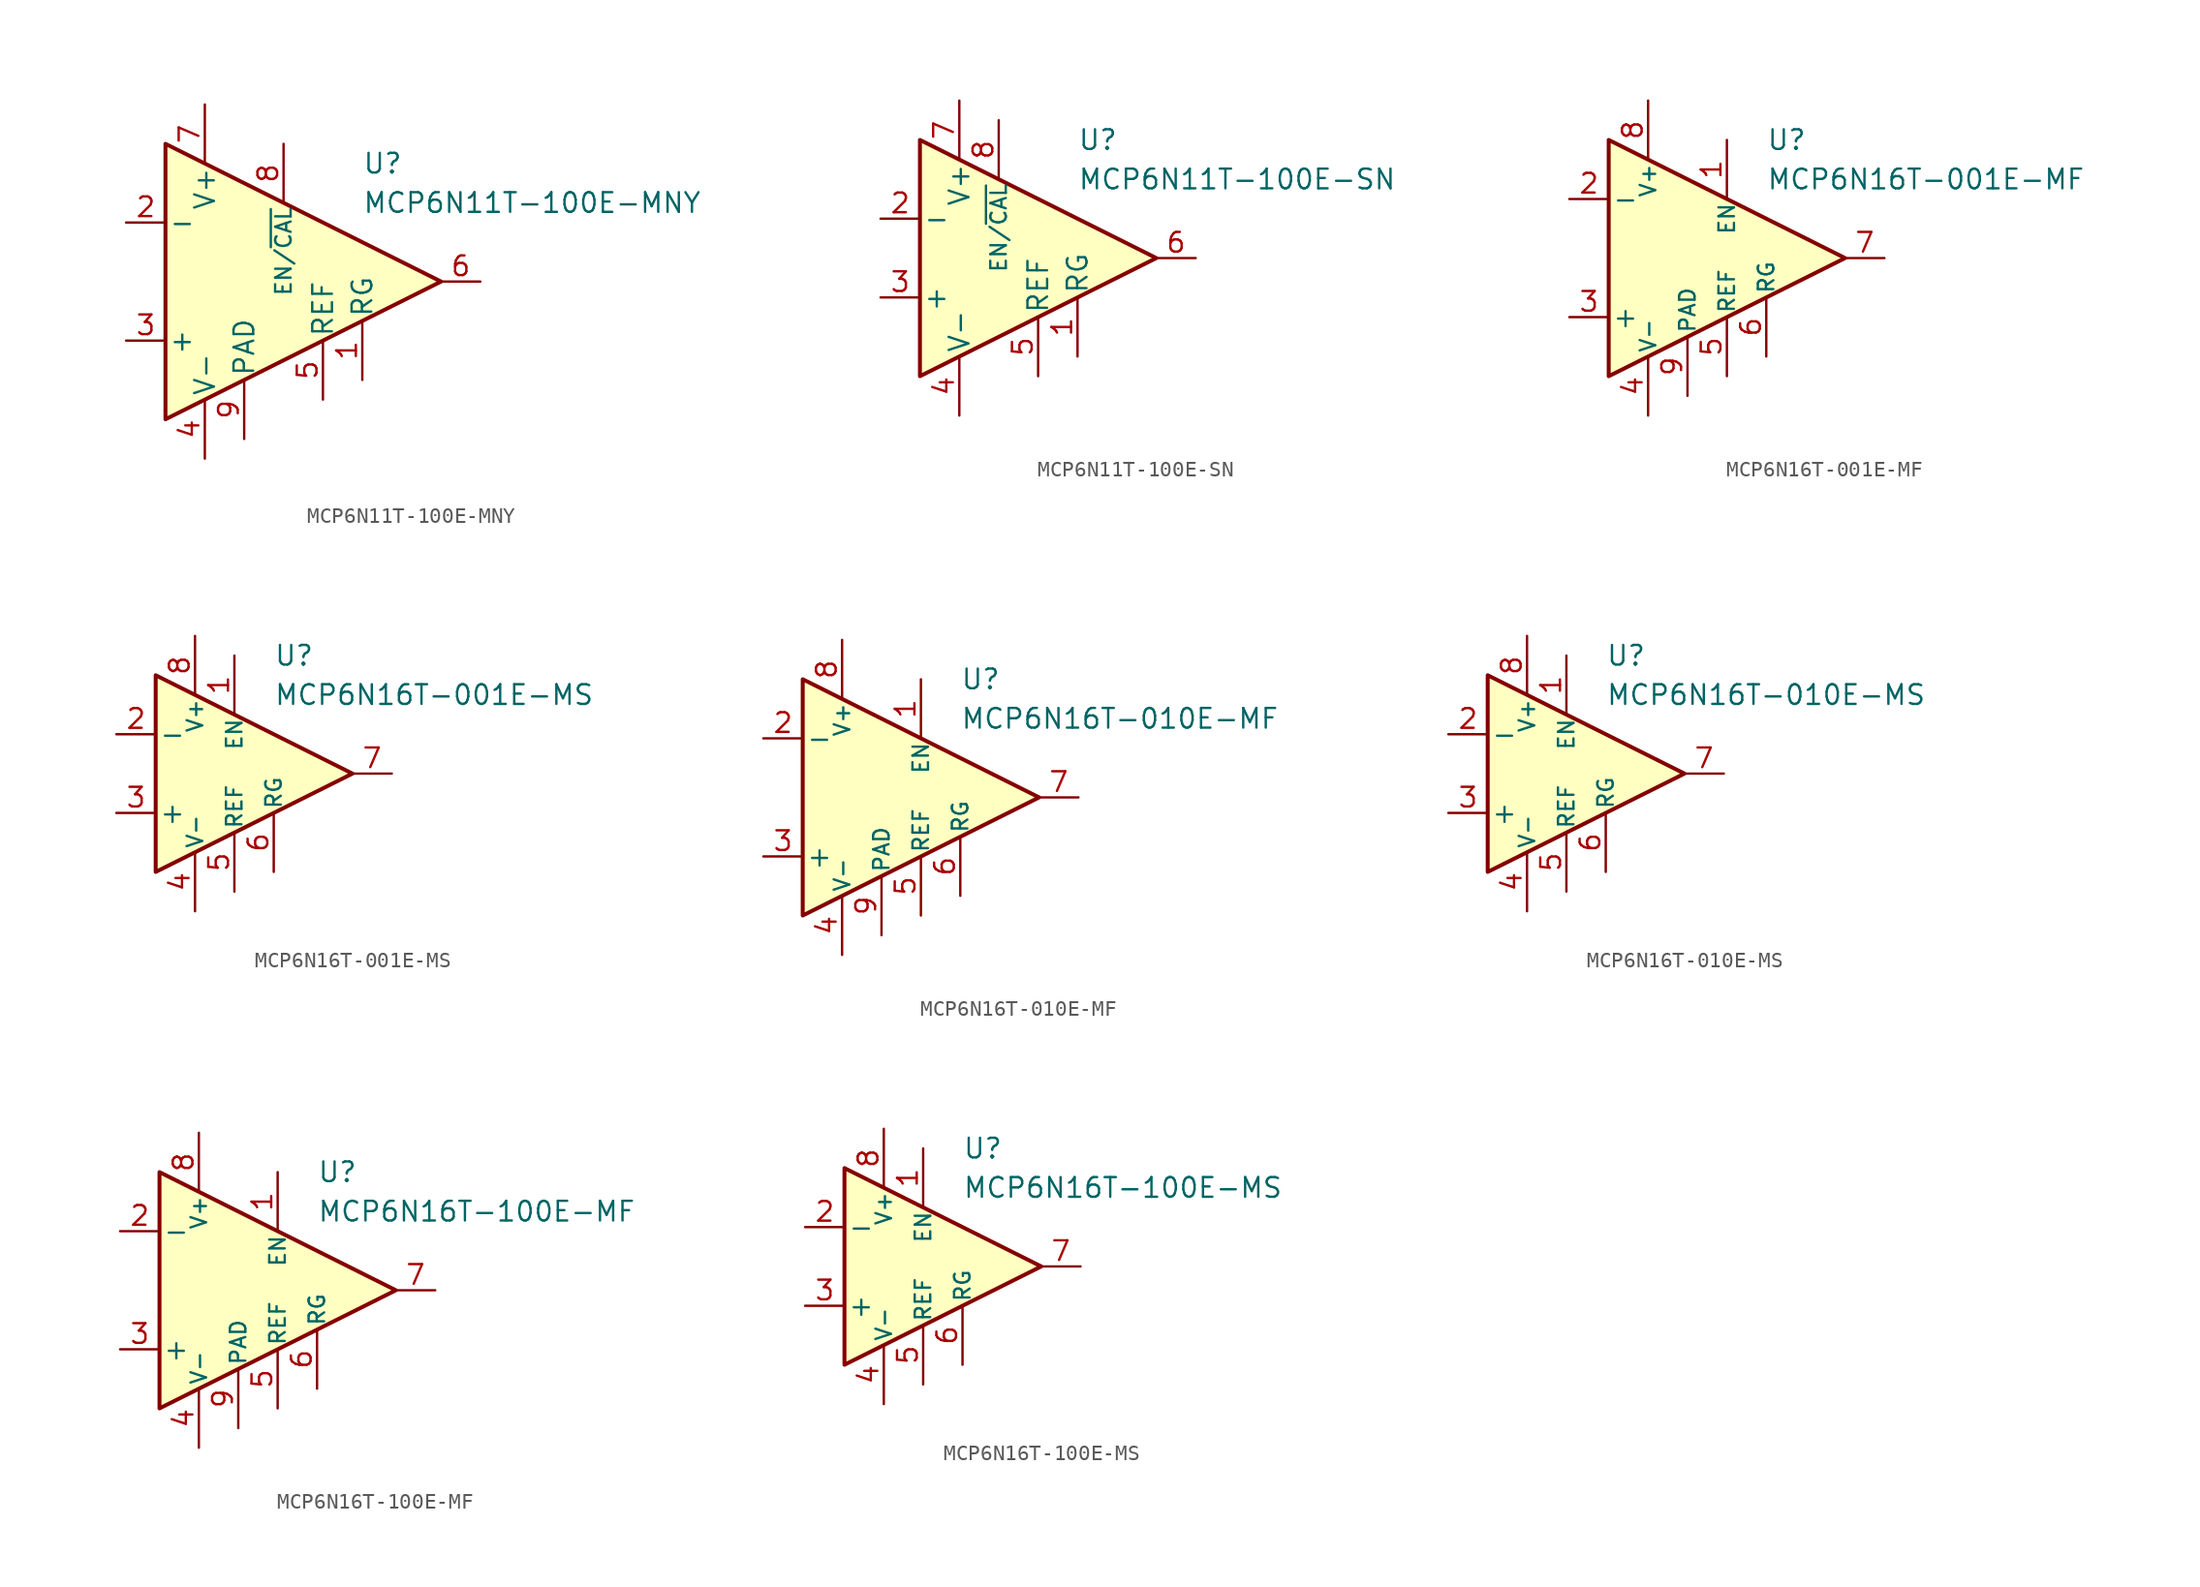
<source format=kicad_sym>
(kicad_symbol_lib
  (version 20231120)
  (generator "kicad_symbol_editor")
  (generator_version "8.0")
  (symbol "MCP6N11T-100E-MNY"
    (pin_names
      (offset 0.2))
    (property "Reference" "U"
      (at 6.35 7.62 0)
      (effects (font (size 1.27 1.27)) (justify left)))
    (property "Value" "MCP6N11T-100E-MNY"
      (at 6.35 5.08 0)
      (effects (font (size 1.27 1.27)) (justify left)))
    (symbol "MCP6N11T-100E-MNY_0_1"
      (polyline (pts (xy -6.35 8.89) (xy -6.35 -8.89) (xy 11.43 0) (xy -6.35 8.89)) (stroke (width 0.254) (type default)) (fill (type background))))
    (symbol "MCP6N11T-100E-MNY_1_1"
      (pin passive line (at 6.35 -6.35 90) (length 3.81) (name "RG" (effects (font (size 1.27 1.27)))) (number "1" (effects (font (size 1.27 1.27)))))
      (pin input line (at -8.89 3.81 0) (length 2.54) (name "-" (effects (font (size 1.27 1.27)))) (number "2" (effects (font (size 1.27 1.27)))))
      (pin input line (at -8.89 -3.81 0) (length 2.54) (name "+" (effects (font (size 1.27 1.27)))) (number "3" (effects (font (size 1.27 1.27)))))
      (pin power_in line (at -3.81 -11.43 90) (length 3.81) (name "V-" (effects (font (size 1.27 1.27)))) (number "4" (effects (font (size 1.27 1.27)))))
      (pin input line (at 3.81 -7.62 90) (length 3.81) (name "REF" (effects (font (size 1.27 1.27)))) (number "5" (effects (font (size 1.27 1.27)))))
      (pin output line (at 13.97 0 180) (length 2.54) (name "~" (effects (font (size 1.27 1.27)))) (number "6" (effects (font (size 1.27 1.27)))))
      (pin power_in line (at -3.81 11.43 270) (length 3.81) (name "V+" (effects (font (size 1.27 1.27)))) (number "7" (effects (font (size 1.27 1.27)))))
      (pin input line (at 1.27 8.89 270) (length 3.81) (name "EN/~{CAL}" (effects (font (size 1 1)))) (number "8" (effects (font (size 1.27 1.27)))))
      (pin power_in line (at -1.27 -10.16 90) (length 3.81) (name "PAD" (effects (font (size 1.27 1.27)))) (number "9" (effects (font (size 1.27 1.27)))))))
  (symbol "MCP6N11T-100E-SN"
    (pin_names
      (offset 0.2))
    (property "Reference" "U"
      (at 3.81 7.62 0)
      (effects (font (size 1.27 1.27)) (justify left)))
    (property "Value" "MCP6N11T-100E-SN"
      (at 3.81 5.08 0)
      (effects (font (size 1.27 1.27)) (justify left)))
    (symbol "MCP6N11T-100E-SN_0_1"
      (polyline (pts (xy -6.35 7.62) (xy -6.35 -7.62) (xy 8.89 0) (xy -6.35 7.62)) (stroke (width 0.254) (type default)) (fill (type background))))
    (symbol "MCP6N11T-100E-SN_1_1"
      (pin passive line (at 3.81 -6.35 90) (length 3.81) (name "RG" (effects (font (size 1.27 1.27)))) (number "1" (effects (font (size 1.27 1.27)))))
      (pin input line (at -8.89 2.54 0) (length 2.54) (name "-" (effects (font (size 1.27 1.27)))) (number "2" (effects (font (size 1.27 1.27)))))
      (pin input line (at -8.89 -2.54 0) (length 2.54) (name "+" (effects (font (size 1.27 1.27)))) (number "3" (effects (font (size 1.27 1.27)))))
      (pin power_in line (at -3.81 -10.16 90) (length 3.81) (name "V-" (effects (font (size 1.27 1.27)))) (number "4" (effects (font (size 1.27 1.27)))))
      (pin input line (at 1.27 -7.62 90) (length 3.81) (name "REF" (effects (font (size 1.27 1.27)))) (number "5" (effects (font (size 1.27 1.27)))))
      (pin output line (at 11.43 0 180) (length 2.54) (name "~" (effects (font (size 1.27 1.27)))) (number "6" (effects (font (size 1.27 1.27)))))
      (pin power_in line (at -3.81 10.16 270) (length 3.81) (name "V+" (effects (font (size 1.27 1.27)))) (number "7" (effects (font (size 1.27 1.27)))))
      (pin input line (at -1.27 8.89 270) (length 3.81) (name "EN/~{CAL}" (effects (font (size 1 1)))) (number "8" (effects (font (size 1.27 1.27)))))))
  (symbol "MCP6N16T-001E-MF"
    (pin_names
      (offset 0.2))
    (property "Reference" "U"
      (at 3.81 7.62 0)
      (effects (font (size 1.27 1.27)) (justify left)))
    (property "Value" "MCP6N16T-001E-MF"
      (at 3.81 5.08 0)
      (effects (font (size 1.27 1.27)) (justify left)))
    (symbol "MCP6N16T-001E-MF_0_1"
      (polyline (pts (xy -6.35 7.62) (xy -6.35 -7.62) (xy 8.89 0) (xy -6.35 7.62)) (stroke (width 0.254) (type default)) (fill (type background))))
    (symbol "MCP6N16T-001E-MF_1_1"
      (pin input line (at 1.27 7.62 270) (length 3.81) (name "EN" (effects (font (size 1 1)))) (number "1" (effects (font (size 1.27 1.27)))))
      (pin input line (at -8.89 3.81 0) (length 2.54) (name "-" (effects (font (size 1.27 1.27)))) (number "2" (effects (font (size 1.27 1.27)))))
      (pin input line (at -8.89 -3.81 0) (length 2.54) (name "+" (effects (font (size 1.27 1.27)))) (number "3" (effects (font (size 1.27 1.27)))))
      (pin power_in line (at -3.81 -10.16 90) (length 3.81) (name "V-" (effects (font (size 1 1)))) (number "4" (effects (font (size 1.27 1.27)))))
      (pin input line (at 1.27 -7.62 90) (length 3.81) (name "REF" (effects (font (size 1 1)))) (number "5" (effects (font (size 1.27 1.27)))))
      (pin passive line (at 3.81 -6.35 90) (length 3.81) (name "RG" (effects (font (size 1 1)))) (number "6" (effects (font (size 1.27 1.27)))))
      (pin output line (at 11.43 0 180) (length 2.54) (name "~" (effects (font (size 1.27 1.27)))) (number "7" (effects (font (size 1.27 1.27)))))
      (pin power_in line (at -3.81 10.16 270) (length 3.81) (name "V+" (effects (font (size 1 1)))) (number "8" (effects (font (size 1.27 1.27)))))
      (pin power_in line (at -1.27 -8.89 90) (length 3.81) (name "PAD" (effects (font (size 1 1)))) (number "9" (effects (font (size 1.27 1.27)))))))
  (symbol "MCP6N16T-001E-MS"
    (pin_names
      (offset 0.2))
    (property "Reference" "U"
      (at 3.81 7.62 0)
      (effects (font (size 1.27 1.27)) (justify left)))
    (property "Value" "MCP6N16T-001E-MS"
      (at 3.81 5.08 0)
      (effects (font (size 1.27 1.27)) (justify left)))
    (symbol "MCP6N16T-001E-MS_0_1"
      (polyline (pts (xy -3.81 6.35) (xy -3.81 -6.35) (xy 8.89 0) (xy -3.81 6.35)) (stroke (width 0.254) (type default)) (fill (type background))))
    (symbol "MCP6N16T-001E-MS_1_1"
      (pin input line (at 1.27 7.62 270) (length 3.81) (name "EN" (effects (font (size 1 1)))) (number "1" (effects (font (size 1.27 1.27)))))
      (pin input line (at -6.35 2.54 0) (length 2.54) (name "-" (effects (font (size 1.27 1.27)))) (number "2" (effects (font (size 1.27 1.27)))))
      (pin input line (at -6.35 -2.54 0) (length 2.54) (name "+" (effects (font (size 1.27 1.27)))) (number "3" (effects (font (size 1.27 1.27)))))
      (pin power_in line (at -1.27 -8.89 90) (length 3.81) (name "V-" (effects (font (size 1 1)))) (number "4" (effects (font (size 1.27 1.27)))))
      (pin input line (at 1.27 -7.62 90) (length 3.81) (name "REF" (effects (font (size 1 1)))) (number "5" (effects (font (size 1.27 1.27)))))
      (pin passive line (at 3.81 -6.35 90) (length 3.81) (name "RG" (effects (font (size 1 1)))) (number "6" (effects (font (size 1.27 1.27)))))
      (pin output line (at 11.43 0 180) (length 2.54) (name "~" (effects (font (size 1.27 1.27)))) (number "7" (effects (font (size 1.27 1.27)))))
      (pin power_in line (at -1.27 8.89 270) (length 3.81) (name "V+" (effects (font (size 1 1)))) (number "8" (effects (font (size 1.27 1.27)))))))
  (symbol "MCP6N16T-010E-MF"
    (pin_names
      (offset 0.2))
    (property "Reference" "U"
      (at 3.81 7.62 0)
      (effects (font (size 1.27 1.27)) (justify left)))
    (property "Value" "MCP6N16T-010E-MF"
      (at 3.81 5.08 0)
      (effects (font (size 1.27 1.27)) (justify left)))
    (symbol "MCP6N16T-010E-MF_0_1"
      (polyline (pts (xy -6.35 7.62) (xy -6.35 -7.62) (xy 8.89 0) (xy -6.35 7.62)) (stroke (width 0.254) (type default)) (fill (type background))))
    (symbol "MCP6N16T-010E-MF_1_1"
      (pin input line (at 1.27 7.62 270) (length 3.81) (name "EN" (effects (font (size 1 1)))) (number "1" (effects (font (size 1.27 1.27)))))
      (pin input line (at -8.89 3.81 0) (length 2.54) (name "-" (effects (font (size 1.27 1.27)))) (number "2" (effects (font (size 1.27 1.27)))))
      (pin input line (at -8.89 -3.81 0) (length 2.54) (name "+" (effects (font (size 1.27 1.27)))) (number "3" (effects (font (size 1.27 1.27)))))
      (pin power_in line (at -3.81 -10.16 90) (length 3.81) (name "V-" (effects (font (size 1 1)))) (number "4" (effects (font (size 1.27 1.27)))))
      (pin input line (at 1.27 -7.62 90) (length 3.81) (name "REF" (effects (font (size 1 1)))) (number "5" (effects (font (size 1.27 1.27)))))
      (pin passive line (at 3.81 -6.35 90) (length 3.81) (name "RG" (effects (font (size 1 1)))) (number "6" (effects (font (size 1.27 1.27)))))
      (pin output line (at 11.43 0 180) (length 2.54) (name "~" (effects (font (size 1.27 1.27)))) (number "7" (effects (font (size 1.27 1.27)))))
      (pin power_in line (at -3.81 10.16 270) (length 3.81) (name "V+" (effects (font (size 1 1)))) (number "8" (effects (font (size 1.27 1.27)))))
      (pin power_in line (at -1.27 -8.89 90) (length 3.81) (name "PAD" (effects (font (size 1 1)))) (number "9" (effects (font (size 1.27 1.27)))))))
  (symbol "MCP6N16T-010E-MS"
    (pin_names
      (offset 0.2))
    (property "Reference" "U"
      (at 3.81 7.62 0)
      (effects (font (size 1.27 1.27)) (justify left)))
    (property "Value" "MCP6N16T-010E-MS"
      (at 3.81 5.08 0)
      (effects (font (size 1.27 1.27)) (justify left)))
    (symbol "MCP6N16T-010E-MS_0_1"
      (polyline (pts (xy -3.81 6.35) (xy -3.81 -6.35) (xy 8.89 0) (xy -3.81 6.35)) (stroke (width 0.254) (type default)) (fill (type background))))
    (symbol "MCP6N16T-010E-MS_1_1"
      (pin input line (at 1.27 7.62 270) (length 3.81) (name "EN" (effects (font (size 1 1)))) (number "1" (effects (font (size 1.27 1.27)))))
      (pin input line (at -6.35 2.54 0) (length 2.54) (name "-" (effects (font (size 1.27 1.27)))) (number "2" (effects (font (size 1.27 1.27)))))
      (pin input line (at -6.35 -2.54 0) (length 2.54) (name "+" (effects (font (size 1.27 1.27)))) (number "3" (effects (font (size 1.27 1.27)))))
      (pin power_in line (at -1.27 -8.89 90) (length 3.81) (name "V-" (effects (font (size 1 1)))) (number "4" (effects (font (size 1.27 1.27)))))
      (pin input line (at 1.27 -7.62 90) (length 3.81) (name "REF" (effects (font (size 1 1)))) (number "5" (effects (font (size 1.27 1.27)))))
      (pin passive line (at 3.81 -6.35 90) (length 3.81) (name "RG" (effects (font (size 1 1)))) (number "6" (effects (font (size 1.27 1.27)))))
      (pin output line (at 11.43 0 180) (length 2.54) (name "~" (effects (font (size 1.27 1.27)))) (number "7" (effects (font (size 1.27 1.27)))))
      (pin power_in line (at -1.27 8.89 270) (length 3.81) (name "V+" (effects (font (size 1 1)))) (number "8" (effects (font (size 1.27 1.27)))))))
  (symbol "MCP6N16T-100E-MF"
    (pin_names
      (offset 0.2))
    (property "Reference" "U"
      (at 3.81 7.62 0)
      (effects (font (size 1.27 1.27)) (justify left)))
    (property "Value" "MCP6N16T-100E-MF"
      (at 3.81 5.08 0)
      (effects (font (size 1.27 1.27)) (justify left)))
    (symbol "MCP6N16T-100E-MF_0_1"
      (polyline (pts (xy -6.35 7.62) (xy -6.35 -7.62) (xy 8.89 0) (xy -6.35 7.62)) (stroke (width 0.254) (type default)) (fill (type background))))
    (symbol "MCP6N16T-100E-MF_1_1"
      (pin input line (at 1.27 7.62 270) (length 3.81) (name "EN" (effects (font (size 1 1)))) (number "1" (effects (font (size 1.27 1.27)))))
      (pin input line (at -8.89 3.81 0) (length 2.54) (name "-" (effects (font (size 1.27 1.27)))) (number "2" (effects (font (size 1.27 1.27)))))
      (pin input line (at -8.89 -3.81 0) (length 2.54) (name "+" (effects (font (size 1.27 1.27)))) (number "3" (effects (font (size 1.27 1.27)))))
      (pin power_in line (at -3.81 -10.16 90) (length 3.81) (name "V-" (effects (font (size 1 1)))) (number "4" (effects (font (size 1.27 1.27)))))
      (pin input line (at 1.27 -7.62 90) (length 3.81) (name "REF" (effects (font (size 1 1)))) (number "5" (effects (font (size 1.27 1.27)))))
      (pin passive line (at 3.81 -6.35 90) (length 3.81) (name "RG" (effects (font (size 1 1)))) (number "6" (effects (font (size 1.27 1.27)))))
      (pin output line (at 11.43 0 180) (length 2.54) (name "~" (effects (font (size 1.27 1.27)))) (number "7" (effects (font (size 1.27 1.27)))))
      (pin power_in line (at -3.81 10.16 270) (length 3.81) (name "V+" (effects (font (size 1 1)))) (number "8" (effects (font (size 1.27 1.27)))))
      (pin power_in line (at -1.27 -8.89 90) (length 3.81) (name "PAD" (effects (font (size 1 1)))) (number "9" (effects (font (size 1.27 1.27)))))))
  (symbol "MCP6N16T-100E-MS"
    (pin_names
      (offset 0.2))
    (property "Reference" "U"
      (at 3.81 7.62 0)
      (effects (font (size 1.27 1.27)) (justify left)))
    (property "Value" "MCP6N16T-100E-MS"
      (at 3.81 5.08 0)
      (effects (font (size 1.27 1.27)) (justify left)))
    (symbol "MCP6N16T-100E-MS_0_1"
      (polyline (pts (xy -3.81 6.35) (xy -3.81 -6.35) (xy 8.89 0) (xy -3.81 6.35)) (stroke (width 0.254) (type default)) (fill (type background))))
    (symbol "MCP6N16T-100E-MS_1_1"
      (pin input line (at 1.27 7.62 270) (length 3.81) (name "EN" (effects (font (size 1 1)))) (number "1" (effects (font (size 1.27 1.27)))))
      (pin input line (at -6.35 2.54 0) (length 2.54) (name "-" (effects (font (size 1.27 1.27)))) (number "2" (effects (font (size 1.27 1.27)))))
      (pin input line (at -6.35 -2.54 0) (length 2.54) (name "+" (effects (font (size 1.27 1.27)))) (number "3" (effects (font (size 1.27 1.27)))))
      (pin power_in line (at -1.27 -8.89 90) (length 3.81) (name "V-" (effects (font (size 1 1)))) (number "4" (effects (font (size 1.27 1.27)))))
      (pin input line (at 1.27 -7.62 90) (length 3.81) (name "REF" (effects (font (size 1 1)))) (number "5" (effects (font (size 1.27 1.27)))))
      (pin passive line (at 3.81 -6.35 90) (length 3.81) (name "RG" (effects (font (size 1 1)))) (number "6" (effects (font (size 1.27 1.27)))))
      (pin output line (at 11.43 0 180) (length 2.54) (name "~" (effects (font (size 1.27 1.27)))) (number "7" (effects (font (size 1.27 1.27)))))
      (pin power_in line (at -1.27 8.89 270) (length 3.81) (name "V+" (effects (font (size 1 1)))) (number "8" (effects (font (size 1.27 1.27))))))))
</source>
